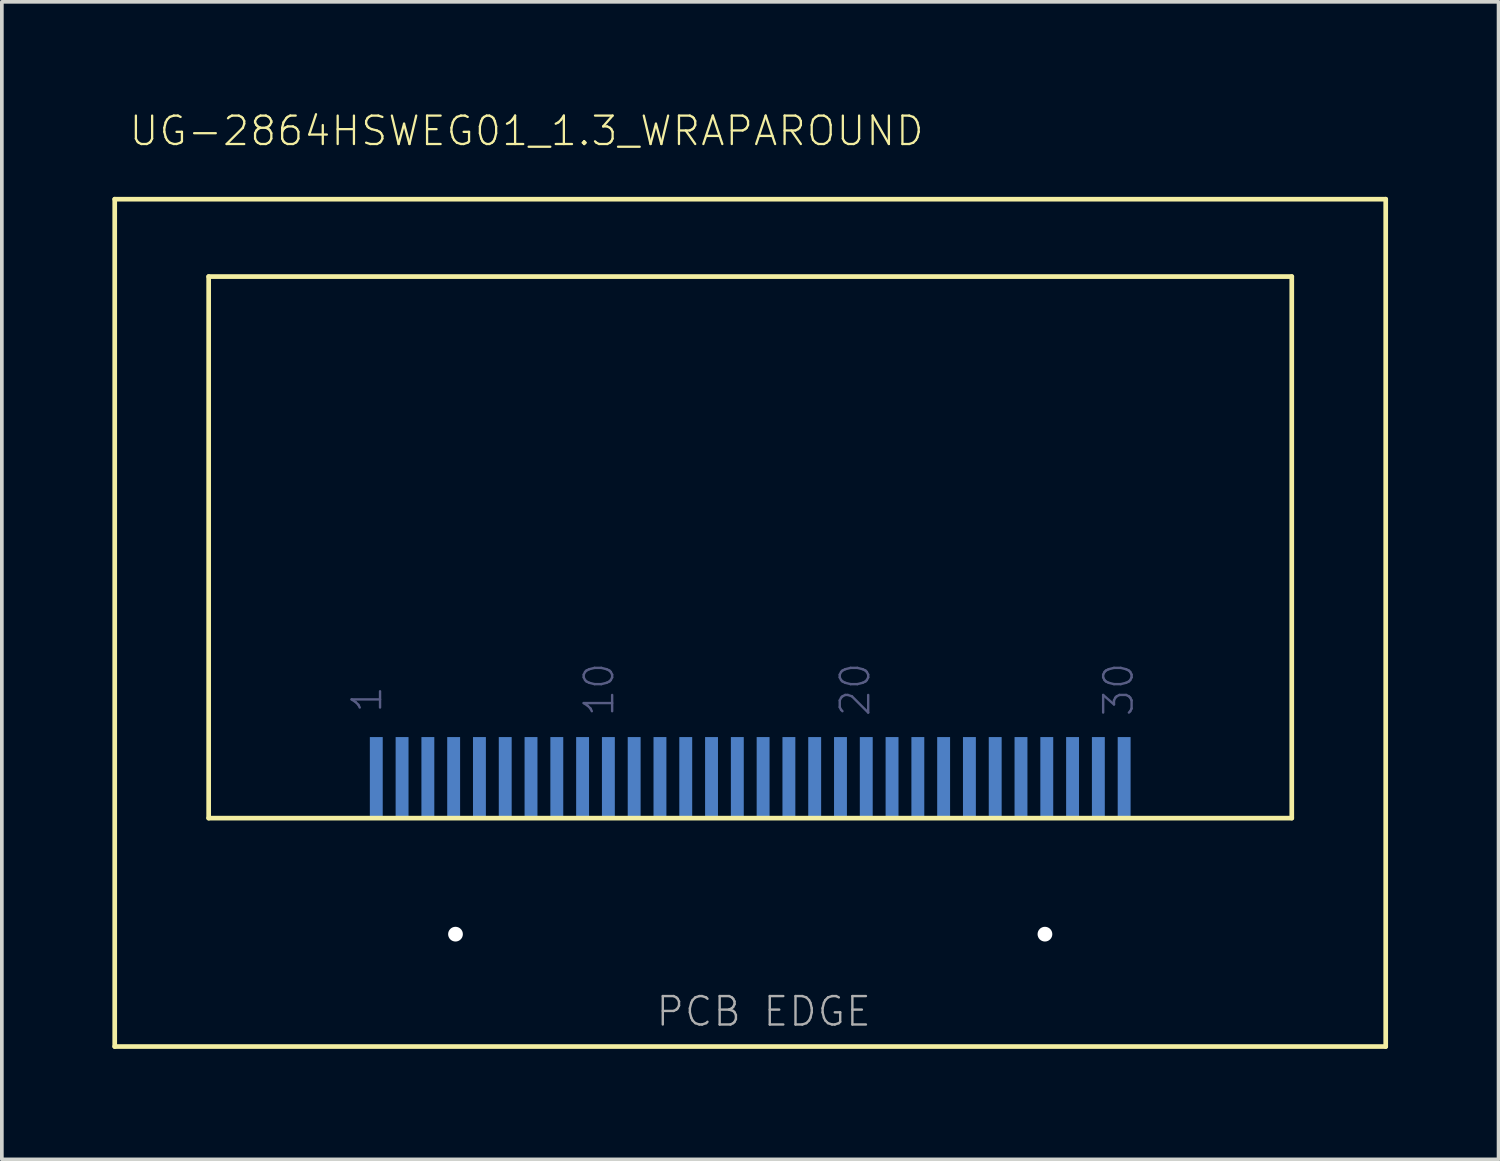
<source format=kicad_pcb>
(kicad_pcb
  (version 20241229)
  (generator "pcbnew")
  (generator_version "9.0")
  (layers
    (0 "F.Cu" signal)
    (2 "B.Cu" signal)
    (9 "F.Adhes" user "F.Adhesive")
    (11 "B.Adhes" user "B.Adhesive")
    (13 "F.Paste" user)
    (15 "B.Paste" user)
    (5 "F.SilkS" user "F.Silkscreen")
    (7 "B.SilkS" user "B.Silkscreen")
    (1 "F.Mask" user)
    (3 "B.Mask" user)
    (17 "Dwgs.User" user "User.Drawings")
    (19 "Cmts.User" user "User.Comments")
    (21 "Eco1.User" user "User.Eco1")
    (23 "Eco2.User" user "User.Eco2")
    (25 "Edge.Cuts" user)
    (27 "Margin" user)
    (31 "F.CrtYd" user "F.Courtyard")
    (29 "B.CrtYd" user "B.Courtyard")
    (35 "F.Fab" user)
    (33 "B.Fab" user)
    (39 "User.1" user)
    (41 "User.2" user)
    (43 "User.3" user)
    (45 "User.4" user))
  (footprint "UG-2864HSWEG01_1.3_WRAPAROUND"
    (layer "F.Cu")
    (at 17.314 17.857)
    (property "Reference" "UG-2864HSWEG01_1.3_WRAPAROUND" (at -16.9 -16.9 0) (layer "F.SilkS") (effects (font (size 0.772 0.772) (thickness 0.062)) (justify left bottom)))
    (attr through_hole)
    (fp_line (start -17.25 -15.5) (end 17.25 -15.5) (stroke (width 0.127) (type solid)) (layer "F.SilkS"))
    (fp_line (start -17.25 7.5) (end -17.25 -15.5) (stroke (width 0.127) (type solid)) (layer "F.SilkS"))
    (fp_line (start -14.7 -13.4) (end 14.7 -13.4) (stroke (width 0.127) (type solid)) (layer "F.SilkS"))
    (fp_line (start -14.7 1.3) (end -14.7 -13.4) (stroke (width 0.127) (type solid)) (layer "F.SilkS"))
    (fp_line (start 14.7 -13.4) (end 14.7 1.3) (stroke (width 0.127) (type solid)) (layer "F.SilkS"))
    (fp_line (start 14.7 1.3) (end -14.7 1.3) (stroke (width 0.127) (type solid)) (layer "F.SilkS"))
    (fp_line (start 17.25 -15.5) (end 17.25 7.5) (stroke (width 0.127) (type solid)) (layer "F.SilkS"))
    (fp_line (start 17.25 7.5) (end -17.25 7.5) (stroke (width 0.127) (type solid)) (layer "F.SilkS"))
    (fp_text user "1" (at -9.95 -1.512 90) (layer "B.Fab") (effects (font (size 0.772 0.772) (thickness 0.065)) (justify left bottom)))
    (fp_text user "20" (at 3.3 -1.412 90) (layer "B.Fab") (effects (font (size 0.772 0.772) (thickness 0.065)) (justify left bottom)))
    (fp_text user "30" (at 10.45 -1.412 90) (layer "B.Fab") (effects (font (size 0.772 0.772) (thickness 0.065)) (justify left bottom)))
    (fp_text user "10" (at -3.65 -1.412 90) (layer "B.Fab") (effects (font (size 0.772 0.772) (thickness 0.065)) (justify left bottom)))
    (fp_text user "PCB EDGE" (at -2.6 7 0) (layer "F.Fab") (effects (font (size 0.772 0.772) (thickness 0.065)) (justify left bottom)))
    (pad "" np_thru_hole circle (at -8 4.45) (size 0.4 0.4) (drill 0.4) (layers "*.Cu"))
    (pad "" np_thru_hole circle (at 8 4.45) (size 0.4 0.4) (drill 0.4) (layers "*.Cu"))
    (pad "1" smd rect (at -10.15 0.2 90) (size 2.2 0.35) (layers "B.Cu" "B.Mask" "B.Paste"))
    (pad "2" smd rect (at -9.45 0.2 90) (size 2.2 0.35) (layers "B.Cu" "B.Mask" "B.Paste"))
    (pad "3" smd rect (at -8.75 0.2 90) (size 2.2 0.35) (layers "B.Cu" "B.Mask" "B.Paste"))
    (pad "4" smd rect (at -8.05 0.2 90) (size 2.2 0.35) (layers "B.Cu" "B.Mask" "B.Paste"))
    (pad "5" smd rect (at -7.35 0.2 90) (size 2.2 0.35) (layers "B.Cu" "B.Mask" "B.Paste"))
    (pad "6" smd rect (at -6.65 0.2 90) (size 2.2 0.35) (layers "B.Cu" "B.Mask" "B.Paste"))
    (pad "7" smd rect (at -5.95 0.2 90) (size 2.2 0.35) (layers "B.Cu" "B.Mask" "B.Paste"))
    (pad "8" smd rect (at -5.25 0.2 90) (size 2.2 0.35) (layers "B.Cu" "B.Mask" "B.Paste"))
    (pad "9" smd rect (at -4.55 0.2 90) (size 2.2 0.35) (layers "B.Cu" "B.Mask" "B.Paste"))
    (pad "10" smd rect (at -3.85 0.2 90) (size 2.2 0.35) (layers "B.Cu" "B.Mask" "B.Paste"))
    (pad "11" smd rect (at -3.15 0.2 90) (size 2.2 0.35) (layers "B.Cu" "B.Mask" "B.Paste"))
    (pad "12" smd rect (at -2.45 0.2 90) (size 2.2 0.35) (layers "B.Cu" "B.Mask" "B.Paste"))
    (pad "13" smd rect (at -1.75 0.2 90) (size 2.2 0.35) (layers "B.Cu" "B.Mask" "B.Paste"))
    (pad "14" smd rect (at -1.05 0.2 90) (size 2.2 0.35) (layers "B.Cu" "B.Mask" "B.Paste"))
    (pad "15" smd rect (at -0.35 0.2 90) (size 2.2 0.35) (layers "B.Cu" "B.Mask" "B.Paste"))
    (pad "16" smd rect (at 0.35 0.2 90) (size 2.2 0.35) (layers "B.Cu" "B.Mask" "B.Paste"))
    (pad "17" smd rect (at 1.05 0.2 90) (size 2.2 0.35) (layers "B.Cu" "B.Mask" "B.Paste"))
    (pad "18" smd rect (at 1.75 0.2 90) (size 2.2 0.35) (layers "B.Cu" "B.Mask" "B.Paste"))
    (pad "19" smd rect (at 2.45 0.2 90) (size 2.2 0.35) (layers "B.Cu" "B.Mask" "B.Paste"))
    (pad "20" smd rect (at 3.15 0.2 90) (size 2.2 0.35) (layers "B.Cu" "B.Mask" "B.Paste"))
    (pad "21" smd rect (at 3.85 0.2 90) (size 2.2 0.35) (layers "B.Cu" "B.Mask" "B.Paste"))
    (pad "22" smd rect (at 4.55 0.2 90) (size 2.2 0.35) (layers "B.Cu" "B.Mask" "B.Paste"))
    (pad "23" smd rect (at 5.25 0.2 90) (size 2.2 0.35) (layers "B.Cu" "B.Mask" "B.Paste"))
    (pad "24" smd rect (at 5.95 0.2 90) (size 2.2 0.35) (layers "B.Cu" "B.Mask" "B.Paste"))
    (pad "25" smd rect (at 6.65 0.2 90) (size 2.2 0.35) (layers "B.Cu" "B.Mask" "B.Paste"))
    (pad "26" smd rect (at 7.35 0.2 90) (size 2.2 0.35) (layers "B.Cu" "B.Mask" "B.Paste"))
    (pad "27" smd rect (at 8.05 0.2 90) (size 2.2 0.35) (layers "B.Cu" "B.Mask" "B.Paste"))
    (pad "28" smd rect (at 8.75 0.2 90) (size 2.2 0.35) (layers "B.Cu" "B.Mask" "B.Paste"))
    (pad "29" smd rect (at 9.45 0.2 90) (size 2.2 0.35) (layers "B.Cu" "B.Mask" "B.Paste"))
    (pad "30" smd rect (at 10.15 0.2 90) (size 2.2 0.35) (layers "B.Cu" "B.Mask" "B.Paste")))
  (gr_rect
    (start -3 -3)
    (end 37.627 28.421)
    (stroke (width 0.1) (type default))
    (fill no)
    (layer "Edge.Cuts")))
</source>
